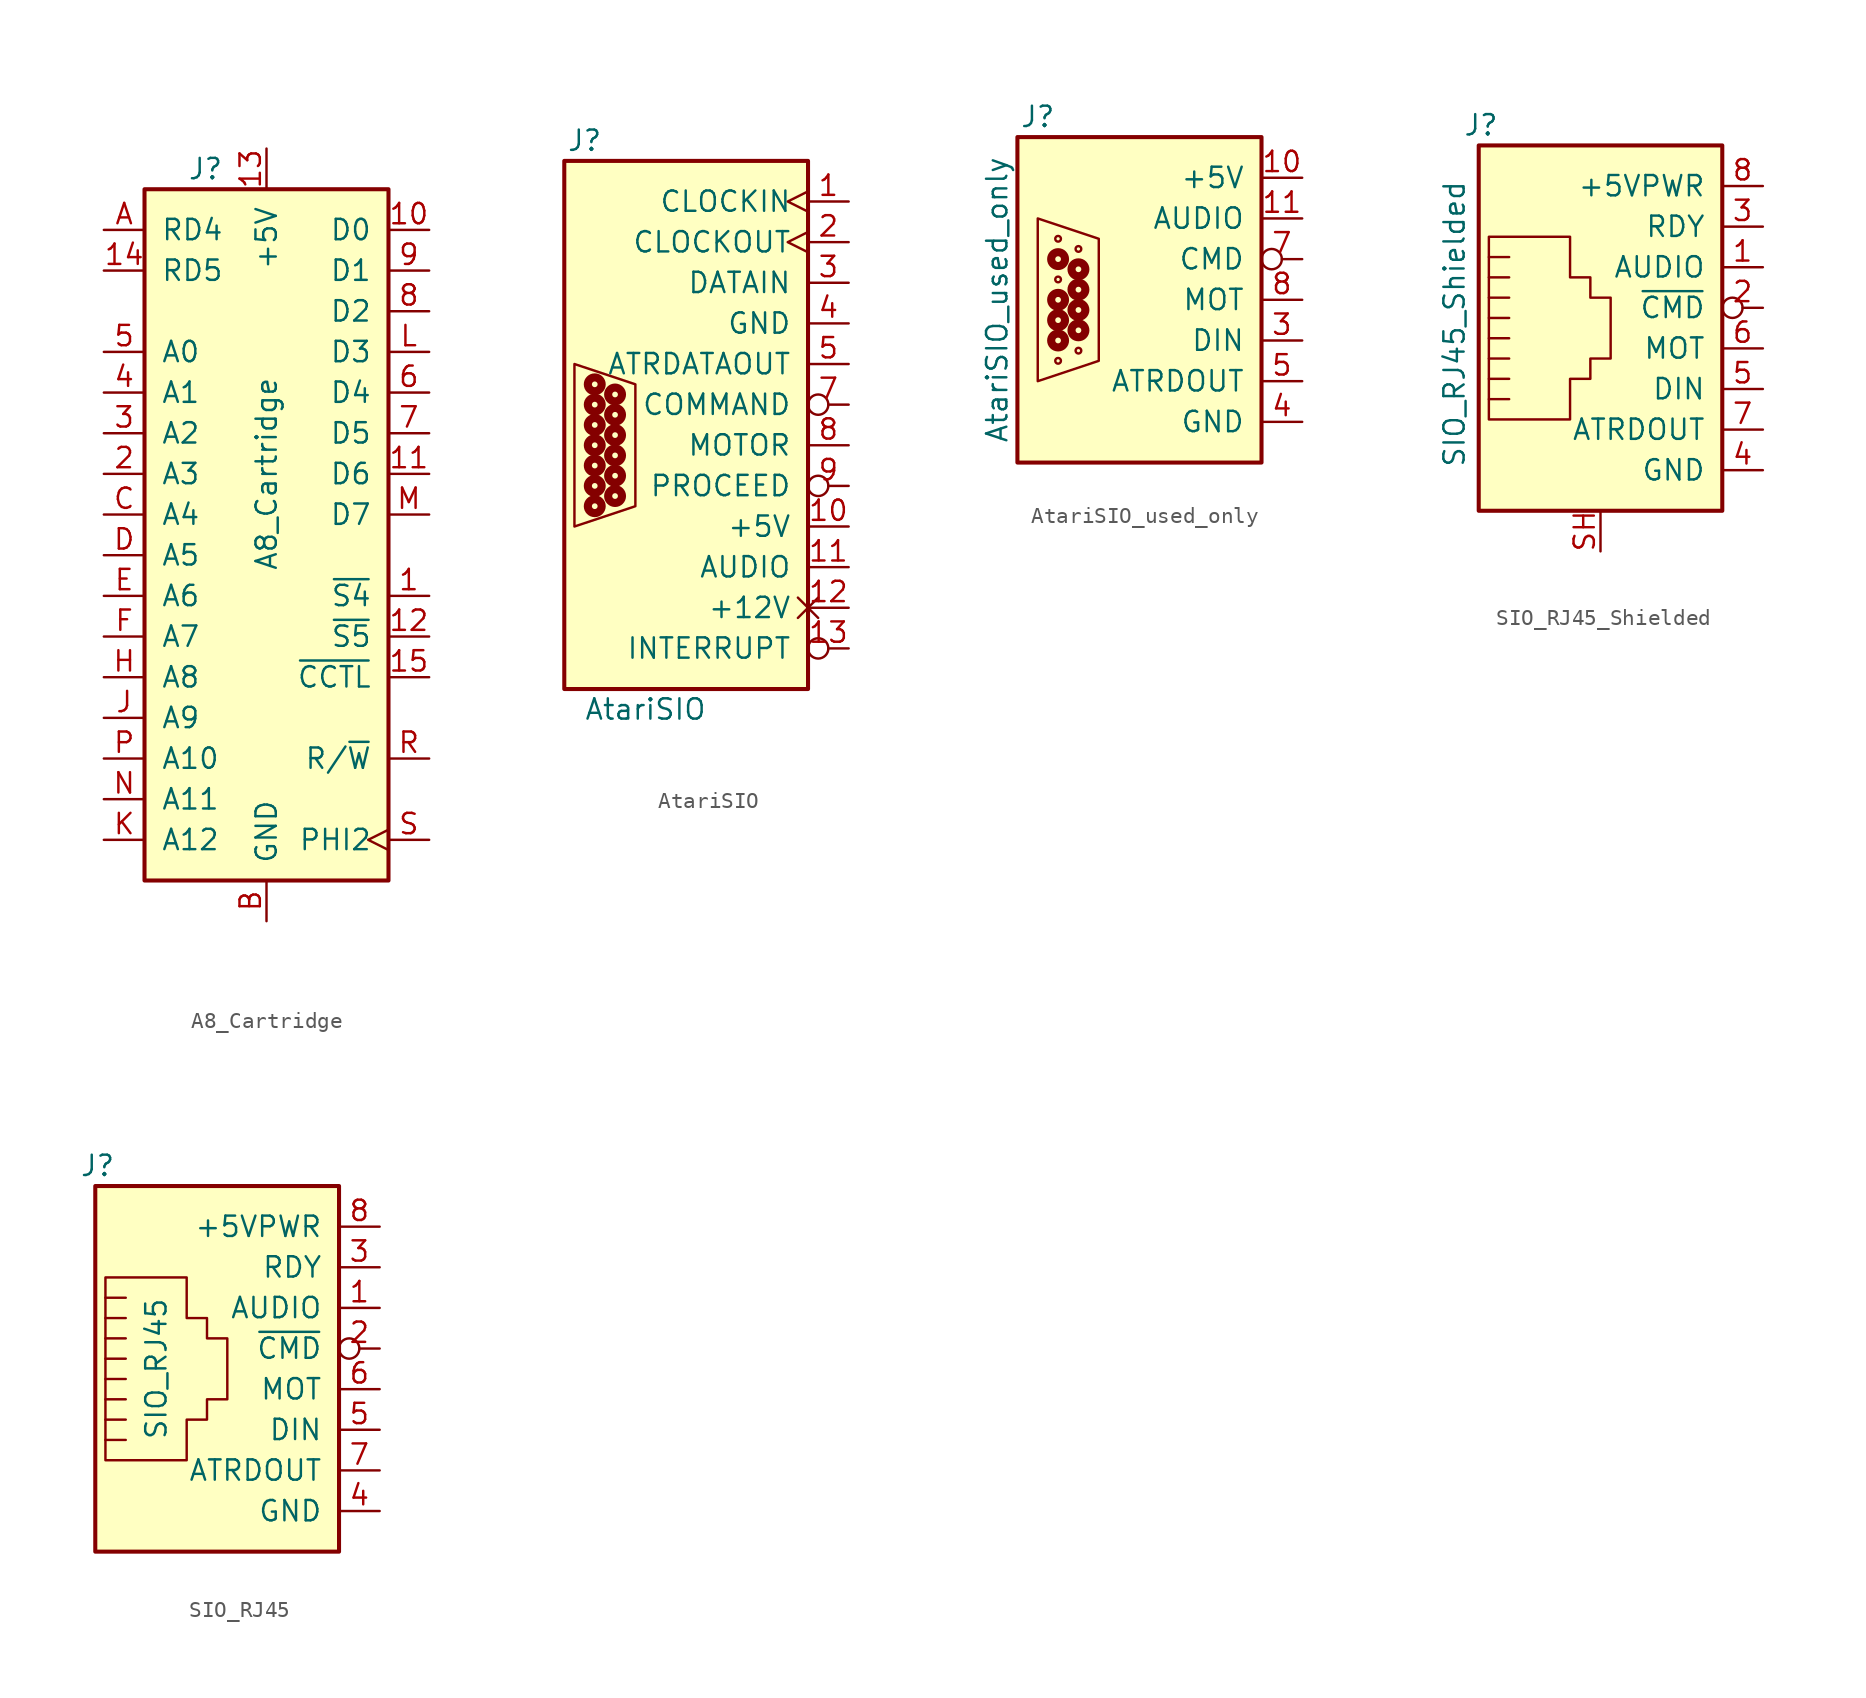
<source format=kicad_sym>
(kicad_symbol_lib
  (version 20241209)
  (generator "kicad_symbol_editor")
  (generator_version "9.0")
  (symbol "A8_Cartridge"
    (pin_names
      (offset 1.016))
    (property "Reference" "J"
      (at -3.81 24.13 0)
      (effects (font (size 1.27 1.27))))
    (property "Value" "A8_Cartridge"
      (at 0 5.08 90)
      (effects (font (size 1.27 1.27))))
    (symbol "A8_Cartridge_1_1"
      (rectangle (start -7.62 22.86) (end 7.62 -20.32) (stroke (width 0.254) (type solid)) (fill (type background)))
      (pin input line (at -10.16 20.32 0) (length 2.54) (name "RD4" (effects (font (size 1.27 1.27)))) (number "A" (effects (font (size 1.27 1.27)))))
      (pin input line (at -10.16 17.78 0) (length 2.54) (name "RD5" (effects (font (size 1.27 1.27)))) (number "14" (effects (font (size 1.27 1.27)))))
      (pin output line (at -10.16 12.7 0) (length 2.54) (name "A0" (effects (font (size 1.27 1.27)))) (number "5" (effects (font (size 1.27 1.27)))))
      (pin output line (at -10.16 10.16 0) (length 2.54) (name "A1" (effects (font (size 1.27 1.27)))) (number "4" (effects (font (size 1.27 1.27)))))
      (pin output line (at -10.16 7.62 0) (length 2.54) (name "A2" (effects (font (size 1.27 1.27)))) (number "3" (effects (font (size 1.27 1.27)))))
      (pin output line (at -10.16 5.08 0) (length 2.54) (name "A3" (effects (font (size 1.27 1.27)))) (number "2" (effects (font (size 1.27 1.27)))))
      (pin output line (at -10.16 2.54 0) (length 2.54) (name "A4" (effects (font (size 1.27 1.27)))) (number "C" (effects (font (size 1.27 1.27)))))
      (pin output line (at -10.16 0 0) (length 2.54) (name "A5" (effects (font (size 1.27 1.27)))) (number "D" (effects (font (size 1.27 1.27)))))
      (pin output line (at -10.16 -2.54 0) (length 2.54) (name "A6" (effects (font (size 1.27 1.27)))) (number "E" (effects (font (size 1.27 1.27)))))
      (pin output line (at -10.16 -5.08 0) (length 2.54) (name "A7" (effects (font (size 1.27 1.27)))) (number "F" (effects (font (size 1.27 1.27)))))
      (pin output line (at -10.16 -7.62 0) (length 2.54) (name "A8" (effects (font (size 1.27 1.27)))) (number "H" (effects (font (size 1.27 1.27)))))
      (pin output line (at -10.16 -10.16 0) (length 2.54) (name "A9" (effects (font (size 1.27 1.27)))) (number "J" (effects (font (size 1.27 1.27)))))
      (pin output line (at -10.16 -12.7 0) (length 2.54) (name "A10" (effects (font (size 1.27 1.27)))) (number "P" (effects (font (size 1.27 1.27)))))
      (pin output line (at -10.16 -15.24 0) (length 2.54) (name "A11" (effects (font (size 1.27 1.27)))) (number "N" (effects (font (size 1.27 1.27)))))
      (pin output line (at -10.16 -17.78 0) (length 2.54) (name "A12" (effects (font (size 1.27 1.27)))) (number "K" (effects (font (size 1.27 1.27)))))
      (pin passive line (at 0 25.4 270) (length 2.54) (name "+5V" (effects (font (size 1.27 1.27)))) (number "13" (effects (font (size 1.27 1.27)))))
      (pin passive line (at 0 -22.86 90) (length 2.54) (name "GND" (effects (font (size 1.27 1.27)))) (number "B" (effects (font (size 1.27 1.27)))))
      (pin bidirectional line (at 10.16 20.32 180) (length 2.54) (name "D0" (effects (font (size 1.27 1.27)))) (number "10" (effects (font (size 1.27 1.27)))))
      (pin bidirectional line (at 10.16 17.78 180) (length 2.54) (name "D1" (effects (font (size 1.27 1.27)))) (number "9" (effects (font (size 1.27 1.27)))))
      (pin bidirectional line (at 10.16 15.24 180) (length 2.54) (name "D2" (effects (font (size 1.27 1.27)))) (number "8" (effects (font (size 1.27 1.27)))))
      (pin bidirectional line (at 10.16 12.7 180) (length 2.54) (name "D3" (effects (font (size 1.27 1.27)))) (number "L" (effects (font (size 1.27 1.27)))))
      (pin bidirectional line (at 10.16 10.16 180) (length 2.54) (name "D4" (effects (font (size 1.27 1.27)))) (number "6" (effects (font (size 1.27 1.27)))))
      (pin bidirectional line (at 10.16 7.62 180) (length 2.54) (name "D5" (effects (font (size 1.27 1.27)))) (number "7" (effects (font (size 1.27 1.27)))))
      (pin bidirectional line (at 10.16 5.08 180) (length 2.54) (name "D6" (effects (font (size 1.27 1.27)))) (number "11" (effects (font (size 1.27 1.27)))))
      (pin bidirectional line (at 10.16 2.54 180) (length 2.54) (name "D7" (effects (font (size 1.27 1.27)))) (number "M" (effects (font (size 1.27 1.27)))))
      (pin output line (at 10.16 -2.54 180) (length 2.54) (name "~{S4}" (effects (font (size 1.27 1.27)))) (number "1" (effects (font (size 1.27 1.27)))))
      (pin output line (at 10.16 -5.08 180) (length 2.54) (name "~{S5}" (effects (font (size 1.27 1.27)))) (number "12" (effects (font (size 1.27 1.27)))))
      (pin output line (at 10.16 -7.62 180) (length 2.54) (name "~{CCTL}" (effects (font (size 1.27 1.27)))) (number "15" (effects (font (size 1.27 1.27)))))
      (pin output line (at 10.16 -12.7 180) (length 2.54) (name "R/~{W}" (effects (font (size 1.27 1.27)))) (number "R" (effects (font (size 1.27 1.27)))))
      (pin output clock (at 10.16 -17.78 180) (length 2.54) (name "PHI2" (effects (font (size 1.27 1.27)))) (number "S" (effects (font (size 1.27 1.27)))))))
  (symbol "AtariSIO"
    (pin_names
      (offset 1.016))
    (property "Reference" "J"
      (at -6.35 19.05 0)
      (effects (font (size 1.27 1.27))))
    (property "Value" "AtariSIO"
      (at -2.54 -16.51 0)
      (effects (font (size 1.27 1.27))))
    (symbol "AtariSIO_1_1"
      (rectangle (start -7.62 17.78) (end 7.62 -15.24) (stroke (width 0.254) (type solid)) (fill (type background)))
      (circle (center -5.715 3.81) (radius 0.178) (stroke (width 0.508) (type solid)) (fill (type none)))
      (circle (center -5.715 2.54) (radius 0.178) (stroke (width 0.508) (type solid)) (fill (type none)))
      (circle (center -5.715 1.27) (radius 0.178) (stroke (width 0.508) (type solid)) (fill (type none)))
      (circle (center -5.715 0) (radius 0.178) (stroke (width 0.508) (type solid)) (fill (type none)))
      (circle (center -5.715 -1.27) (radius 0.178) (stroke (width 0.508) (type solid)) (fill (type none)))
      (circle (center -5.715 -2.54) (radius 0.178) (stroke (width 0.508) (type solid)) (fill (type none)))
      (circle (center -5.715 -3.81) (radius 0.178) (stroke (width 0.508) (type solid)) (fill (type none)))
      (circle (center -4.445 3.175) (radius 0.178) (stroke (width 0.508) (type solid)) (fill (type none)))
      (circle (center -4.445 1.905) (radius 0.178) (stroke (width 0.508) (type solid)) (fill (type none)))
      (circle (center -4.445 0.635) (radius 0.178) (stroke (width 0.508) (type solid)) (fill (type none)))
      (circle (center -4.445 -0.635) (radius 0.178) (stroke (width 0.508) (type solid)) (fill (type none)))
      (circle (center -4.445 -1.905) (radius 0.178) (stroke (width 0.508) (type solid)) (fill (type none)))
      (circle (center -4.445 -3.175) (radius 0.178) (stroke (width 0.508) (type solid)) (fill (type none)))
      (polyline (pts (xy -3.175 3.81) (xy -3.175 -3.81) (xy -6.985 -5.08) (xy -6.985 5.08) (xy -3.175 3.81)) (stroke (width 0) (type solid)) (fill (type none)))
      (pin input clock (at 10.16 15.24 180) (length 2.54) (name "CLOCKIN" (effects (font (size 1.27 1.27)))) (number "1" (effects (font (size 1.27 1.27)))))
      (pin output clock (at 10.16 12.7 180) (length 2.54) (name "CLOCKOUT" (effects (font (size 1.27 1.27)))) (number "2" (effects (font (size 1.27 1.27)))))
      (pin open_collector line (at 10.16 10.16 180) (length 2.54) (name "DATAIN" (effects (font (size 1.27 1.27)))) (number "3" (effects (font (size 1.27 1.27)))))
      (pin passive line (at 10.16 7.62 180) (length 2.54) (name "GND" (effects (font (size 1.27 1.27)))) (number "4" (effects (font (size 1.27 1.27)))))
      (pin passive line (at 10.16 7.62 180) (length 2.54) (hide yes) (name "GND" (effects (font (size 1.27 1.27)))) (number "6" (effects (font (size 1.27 1.27)))))
      (pin output line (at 10.16 5.08 180) (length 2.54) (name "ATRDATAOUT" (effects (font (size 1.27 1.27)))) (number "5" (effects (font (size 1.27 1.27)))))
      (pin output inverted (at 10.16 2.54 180) (length 2.54) (name "COMMAND" (effects (font (size 1.27 1.27)))) (number "7" (effects (font (size 1.27 1.27)))))
      (pin output line (at 10.16 0 180) (length 2.54) (name "MOTOR" (effects (font (size 1.27 1.27)))) (number "8" (effects (font (size 1.27 1.27)))))
      (pin input inverted (at 10.16 -2.54 180) (length 2.54) (name "PROCEED" (effects (font (size 1.27 1.27)))) (number "9" (effects (font (size 1.27 1.27)))))
      (pin passive line (at 10.16 -5.08 180) (length 2.54) (name "+5V" (effects (font (size 1.27 1.27)))) (number "10" (effects (font (size 1.27 1.27)))))
      (pin passive line (at 10.16 -7.62 180) (length 2.54) (name "AUDIO" (effects (font (size 1.27 1.27)))) (number "11" (effects (font (size 1.27 1.27)))))
      (pin passive non_logic (at 10.16 -10.16 180) (length 2.54) (name "+12V" (effects (font (size 1.27 1.27)))) (number "12" (effects (font (size 1.27 1.27)))))
      (pin input inverted (at 10.16 -12.7 180) (length 2.54) (name "INTERRUPT" (effects (font (size 1.27 1.27)))) (number "13" (effects (font (size 1.27 1.27)))))))
  (symbol "AtariSIO_used_only"
    (pin_names
      (offset 1.016))
    (property "Reference" "J"
      (at -6.35 11.43 0)
      (effects (font (size 1.27 1.27))))
    (property "Value" "AtariSIO_used_only"
      (at -8.89 0 90)
      (effects (font (size 1.27 1.27))))
    (symbol "AtariSIO_used_only_0_1"
      (circle (center -3.81 0.635) (radius 0.178) (stroke (width 0.508) (type solid)) (fill (type none)))
      (polyline (pts (xy -2.54 3.81) (xy -2.54 -3.81) (xy -6.35 -5.08) (xy -6.35 5.08) (xy -2.54 3.81)) (stroke (width 0) (type solid)) (fill (type none))))
    (symbol "AtariSIO_used_only_1_1"
      (rectangle (start -7.62 10.16) (end 7.62 -10.16) (stroke (width 0.254) (type solid)) (fill (type background)))
      (circle (center -5.08 3.81) (radius 0.178) (stroke (width 0) (type solid)) (fill (type none)))
      (circle (center -5.08 2.54) (radius 0.178) (stroke (width 0.508) (type solid)) (fill (type none)))
      (circle (center -5.08 1.27) (radius 0.178) (stroke (width 0) (type solid)) (fill (type none)))
      (circle (center -5.08 0) (radius 0.178) (stroke (width 0.508) (type solid)) (fill (type none)))
      (circle (center -5.08 -1.27) (radius 0.178) (stroke (width 0.508) (type solid)) (fill (type none)))
      (circle (center -5.08 -2.54) (radius 0.178) (stroke (width 0.508) (type solid)) (fill (type none)))
      (circle (center -5.08 -3.81) (radius 0.178) (stroke (width 0) (type solid)) (fill (type none)))
      (circle (center -3.81 3.175) (radius 0.178) (stroke (width 0) (type solid)) (fill (type none)))
      (circle (center -3.81 1.905) (radius 0.178) (stroke (width 0.508) (type solid)) (fill (type none)))
      (circle (center -3.81 -0.635) (radius 0.178) (stroke (width 0.508) (type solid)) (fill (type none)))
      (circle (center -3.81 -1.905) (radius 0.178) (stroke (width 0.508) (type solid)) (fill (type none)))
      (circle (center -3.81 -3.175) (radius 0.178) (stroke (width 0) (type solid)) (fill (type none)))
      (pin passive line (at 10.16 7.62 180) (length 2.54) (name "+5V" (effects (font (size 1.27 1.27)))) (number "10" (effects (font (size 1.27 1.27)))))
      (pin passive line (at 10.16 5.08 180) (length 2.54) (name "AUDIO" (effects (font (size 1.27 1.27)))) (number "11" (effects (font (size 1.27 1.27)))))
      (pin output inverted (at 10.16 2.54 180) (length 2.54) (name "CMD" (effects (font (size 1.27 1.27)))) (number "7" (effects (font (size 1.27 1.27)))))
      (pin output line (at 10.16 0 180) (length 2.54) (name "MOT" (effects (font (size 1.27 1.27)))) (number "8" (effects (font (size 1.27 1.27)))))
      (pin open_collector line (at 10.16 -2.54 180) (length 2.54) (name "DIN" (effects (font (size 1.27 1.27)))) (number "3" (effects (font (size 1.27 1.27)))))
      (pin output line (at 10.16 -5.08 180) (length 2.54) (name "ATRDOUT" (effects (font (size 1.27 1.27)))) (number "5" (effects (font (size 1.27 1.27)))))
      (pin passive line (at 10.16 -7.62 180) (length 2.54) (name "GND" (effects (font (size 1.27 1.27)))) (number "4" (effects (font (size 1.27 1.27)))))
      (pin passive line (at 10.16 -7.62 180) (length 2.54) (hide yes) (name "GND" (effects (font (size 1.27 1.27)))) (number "6" (effects (font (size 1.27 1.27)))))))
  (symbol "SIO_RJ45_Shielded"
    (pin_names
      (offset 1.016))
    (property "Reference" "J"
      (at -6.35 11.43 0)
      (effects (font (size 1.27 1.27)) (justify right)))
    (property "Value" "SIO_RJ45_Shielded"
      (at -9.144 -1.016 90)
      (effects (font (size 1.27 1.27))))
    (symbol "SIO_RJ45_Shielded_0_1"
      (rectangle (start -7.62 10.16) (end 7.62 -12.7) (stroke (width 0.254) (type solid)) (fill (type background)))
      (polyline (pts (xy -6.985 -0.635) (xy -5.715 -0.635) (xy -5.715 -0.635)) (stroke (width 0) (type solid)) (fill (type none)))
      (polyline (pts (xy -6.985 -1.905) (xy -5.715 -1.905) (xy -5.715 -1.905)) (stroke (width 0) (type solid)) (fill (type none)))
      (polyline (pts (xy -6.985 -3.175) (xy -5.715 -3.175) (xy -5.715 -3.175)) (stroke (width 0) (type solid)) (fill (type none)))
      (polyline (pts (xy -6.985 -4.445) (xy -5.715 -4.445) (xy -5.715 -4.445)) (stroke (width 0) (type solid)) (fill (type none)))
      (polyline (pts (xy -6.985 -5.715) (xy -5.715 -5.715) (xy -5.715 -5.715)) (stroke (width 0) (type solid)) (fill (type none)))
      (polyline (pts (xy -6.985 -6.985) (xy -6.985 4.445) (xy -1.905 4.445) (xy -1.905 1.905) (xy -0.635 1.905) (xy -0.635 0.635) (xy 0.635 0.635) (xy 0.635 -3.175) (xy -0.635 -3.175) (xy -0.635 -4.445) (xy -1.905 -4.445) (xy -1.905 -6.985) (xy -6.985 -6.985) (xy -6.985 -6.985)) (stroke (width 0) (type solid)) (fill (type background)))
      (polyline (pts (xy -5.715 3.175) (xy -6.985 3.175)) (stroke (width 0) (type solid)) (fill (type none)))
      (polyline (pts (xy -5.715 1.905) (xy -6.985 1.905)) (stroke (width 0) (type solid)) (fill (type none)))
      (polyline (pts (xy -5.715 0.635) (xy -6.985 0.635) (xy -6.985 0.635)) (stroke (width 0) (type solid)) (fill (type none))))
    (symbol "SIO_RJ45_Shielded_1_1"
      (pin passive line (at 0 -15.24 90) (length 2.54) (name "" (effects (font (size 1.27 1.27)))) (number "SH" (effects (font (size 1.27 1.27)))))
      (pin passive line (at 10.16 7.62 180) (length 2.54) (name "+5VPWR" (effects (font (size 1.27 1.27)))) (number "8" (effects (font (size 1.27 1.27)))))
      (pin passive line (at 10.16 5.08 180) (length 2.54) (name "RDY" (effects (font (size 1.27 1.27)))) (number "3" (effects (font (size 1.27 1.27)))))
      (pin passive line (at 10.16 2.54 180) (length 2.54) (name "AUDIO" (effects (font (size 1.27 1.27)))) (number "1" (effects (font (size 1.27 1.27)))))
      (pin passive inverted (at 10.16 0 180) (length 2.54) (name "~{CMD}" (effects (font (size 1.27 1.27)))) (number "2" (effects (font (size 1.27 1.27)))))
      (pin passive line (at 10.16 -2.54 180) (length 2.54) (name "MOT" (effects (font (size 1.27 1.27)))) (number "6" (effects (font (size 1.27 1.27)))))
      (pin open_collector line (at 10.16 -5.08 180) (length 2.54) (name "DIN" (effects (font (size 1.27 1.27)))) (number "5" (effects (font (size 1.27 1.27)))))
      (pin passive line (at 10.16 -7.62 180) (length 2.54) (name "ATRDOUT" (effects (font (size 1.27 1.27)))) (number "7" (effects (font (size 1.27 1.27)))))
      (pin passive line (at 10.16 -10.16 180) (length 2.54) (name "GND" (effects (font (size 1.27 1.27)))) (number "4" (effects (font (size 1.27 1.27)))))))
  (symbol "SIO_RJ45"
    (pin_names
      (offset 1.016))
    (property "Reference" "J"
      (at -6.35 12.7 0)
      (effects (font (size 1.27 1.27)) (justify right)))
    (property "Value" "SIO_RJ45"
      (at -3.81 0 90)
      (effects (font (size 1.27 1.27))))
    (symbol "SIO_RJ45_0_1"
      (rectangle (start -7.62 11.43) (end 7.62 -11.43) (stroke (width 0.254) (type solid)) (fill (type background)))
      (polyline (pts (xy -6.985 0.635) (xy -5.715 0.635) (xy -5.715 0.635)) (stroke (width 0) (type solid)) (fill (type none)))
      (polyline (pts (xy -6.985 -0.635) (xy -5.715 -0.635) (xy -5.715 -0.635)) (stroke (width 0) (type solid)) (fill (type none)))
      (polyline (pts (xy -6.985 -1.905) (xy -5.715 -1.905) (xy -5.715 -1.905)) (stroke (width 0) (type solid)) (fill (type none)))
      (polyline (pts (xy -6.985 -3.175) (xy -5.715 -3.175) (xy -5.715 -3.175)) (stroke (width 0) (type solid)) (fill (type none)))
      (polyline (pts (xy -6.985 -4.445) (xy -5.715 -4.445) (xy -5.715 -4.445)) (stroke (width 0) (type solid)) (fill (type none)))
      (polyline (pts (xy -6.985 -5.715) (xy -6.985 5.715) (xy -1.905 5.715) (xy -1.905 3.175) (xy -0.635 3.175) (xy -0.635 1.905) (xy 0.635 1.905) (xy 0.635 -1.905) (xy -0.635 -1.905) (xy -0.635 -3.175) (xy -1.905 -3.175) (xy -1.905 -5.715) (xy -6.985 -5.715) (xy -6.985 -5.715)) (stroke (width 0) (type solid)) (fill (type background)))
      (polyline (pts (xy -5.715 4.445) (xy -6.985 4.445)) (stroke (width 0) (type solid)) (fill (type none)))
      (polyline (pts (xy -5.715 3.175) (xy -6.985 3.175)) (stroke (width 0) (type solid)) (fill (type none)))
      (polyline (pts (xy -5.715 1.905) (xy -6.985 1.905) (xy -6.985 1.905)) (stroke (width 0) (type solid)) (fill (type none))))
    (symbol "SIO_RJ45_1_1"
      (pin passive line (at 10.16 8.89 180) (length 2.54) (name "+5VPWR" (effects (font (size 1.27 1.27)))) (number "8" (effects (font (size 1.27 1.27)))))
      (pin passive line (at 10.16 6.35 180) (length 2.54) (name "RDY" (effects (font (size 1.27 1.27)))) (number "3" (effects (font (size 1.27 1.27)))))
      (pin passive line (at 10.16 3.81 180) (length 2.54) (name "AUDIO" (effects (font (size 1.27 1.27)))) (number "1" (effects (font (size 1.27 1.27)))))
      (pin passive inverted (at 10.16 1.27 180) (length 2.54) (name "~{CMD}" (effects (font (size 1.27 1.27)))) (number "2" (effects (font (size 1.27 1.27)))))
      (pin passive line (at 10.16 -1.27 180) (length 2.54) (name "MOT" (effects (font (size 1.27 1.27)))) (number "6" (effects (font (size 1.27 1.27)))))
      (pin open_collector line (at 10.16 -3.81 180) (length 2.54) (name "DIN" (effects (font (size 1.27 1.27)))) (number "5" (effects (font (size 1.27 1.27)))))
      (pin passive line (at 10.16 -6.35 180) (length 2.54) (name "ATRDOUT" (effects (font (size 1.27 1.27)))) (number "7" (effects (font (size 1.27 1.27)))))
      (pin passive line (at 10.16 -8.89 180) (length 2.54) (name "GND" (effects (font (size 1.27 1.27)))) (number "4" (effects (font (size 1.27 1.27))))))))
</source>
